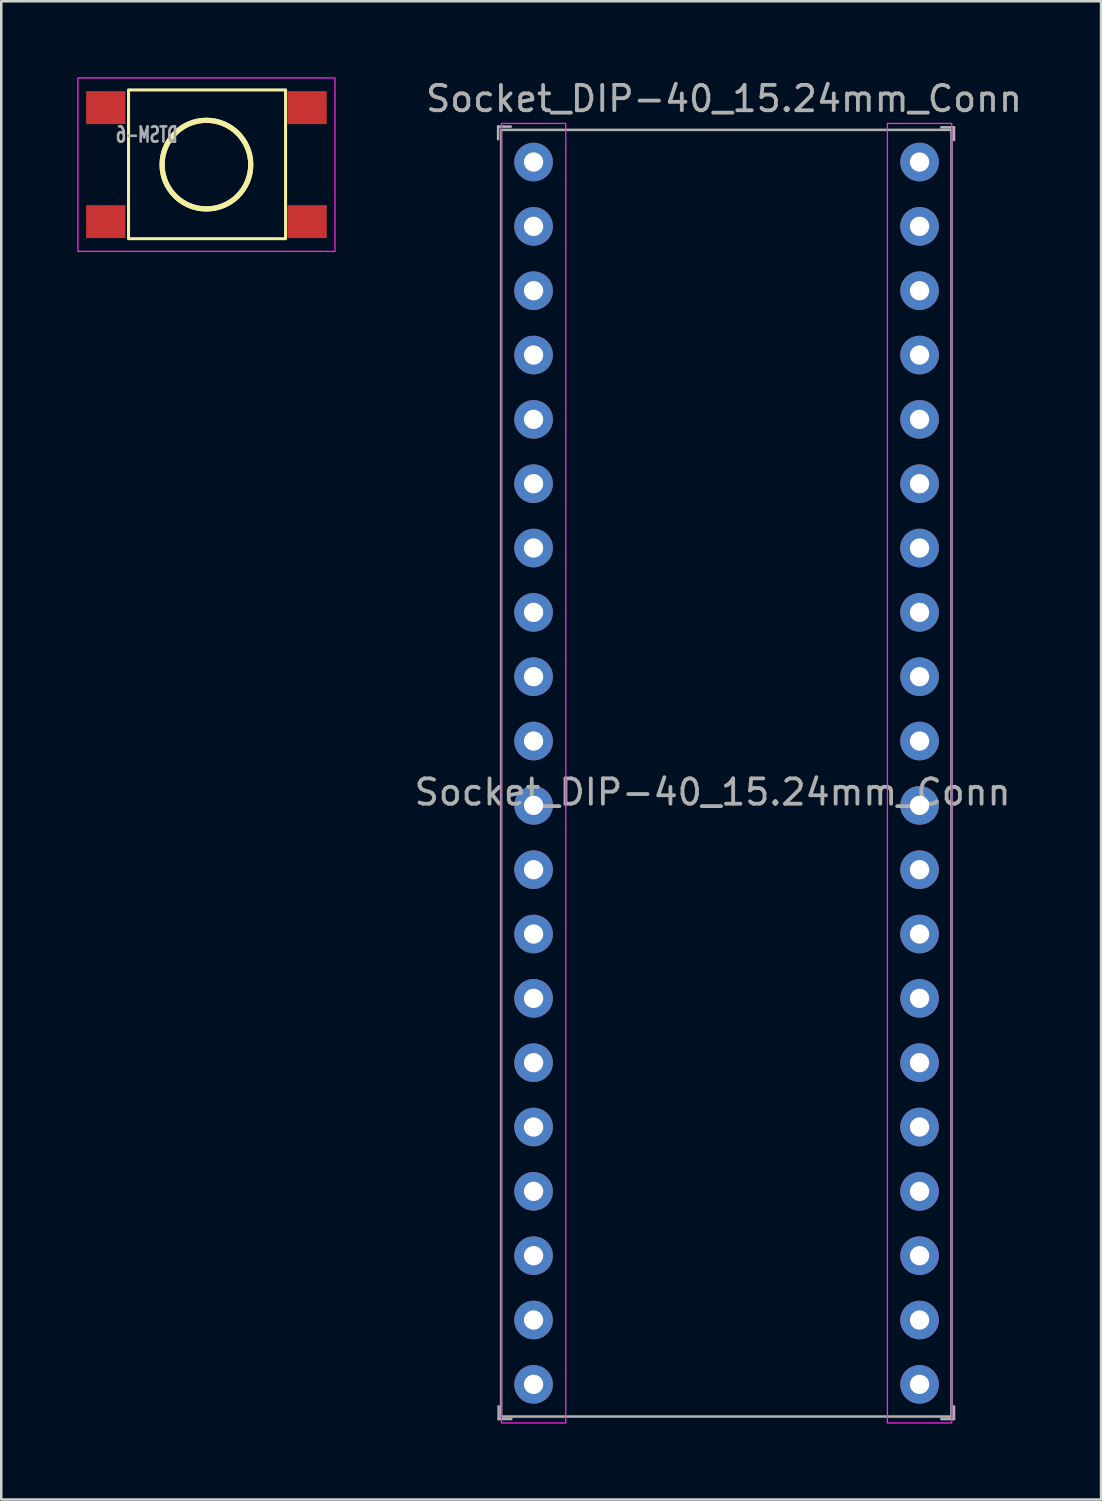
<source format=kicad_pcb>
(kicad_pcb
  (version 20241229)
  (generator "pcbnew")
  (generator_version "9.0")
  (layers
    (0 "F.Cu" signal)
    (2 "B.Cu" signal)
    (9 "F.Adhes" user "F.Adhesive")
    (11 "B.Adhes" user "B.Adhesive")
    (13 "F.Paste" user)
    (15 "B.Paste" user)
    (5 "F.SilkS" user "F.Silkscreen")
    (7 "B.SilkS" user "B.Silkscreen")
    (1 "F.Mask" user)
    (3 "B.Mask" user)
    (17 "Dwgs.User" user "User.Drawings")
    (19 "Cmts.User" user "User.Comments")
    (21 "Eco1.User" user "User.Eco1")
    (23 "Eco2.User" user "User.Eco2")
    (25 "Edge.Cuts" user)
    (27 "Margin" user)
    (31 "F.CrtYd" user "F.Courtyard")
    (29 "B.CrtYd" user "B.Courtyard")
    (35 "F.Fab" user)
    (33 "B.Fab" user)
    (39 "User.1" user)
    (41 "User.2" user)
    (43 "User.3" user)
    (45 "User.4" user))
  (footprint "Socket_DIP-40_15.24mm_Conn"
    (layer "F.Cu")
    (at 18.017 3.348)
    (property "Reference" "Socket_DIP-40_15.24mm_Conn" (at 7.52 -2.5 0) (layer "F.Fab") (effects (font (size 1 1) (thickness 0.15))))
    (attr through_hole)
    (fp_rect (start 1.27 -1.524) (end -1.27 49.784) (stroke (width 0.05) (type default)) (fill no) (layer "F.CrtYd"))
    (fp_rect (start 13.97 -1.524) (end 16.51 49.784) (stroke (width 0.05) (type default)) (fill no) (layer "F.CrtYd"))
    (fp_line (start -1.4 -1.4) (end -1.4 -0.9) (stroke (width 0.1) (type solid)) (layer "F.Fab"))
    (fp_line (start -1.4 -1.4) (end -0.9 -1.4) (stroke (width 0.1) (type solid)) (layer "F.Fab"))
    (fp_line (start -1.38 49.63) (end -1.38 49.13) (stroke (width 0.1) (type solid)) (layer "F.Fab"))
    (fp_line (start -1.38 49.63) (end -0.88 49.63) (stroke (width 0.1) (type solid)) (layer "F.Fab"))
    (fp_line (start -1.28 -1.27) (end -1.28 49.53) (stroke (width 0.1) (type solid)) (layer "F.Fab"))
    (fp_line (start -1.28 -1.27) (end 16.5 -1.27) (stroke (width 0.1) (type solid)) (layer "F.Fab"))
    (fp_line (start -1.28 49.53) (end 16.5 49.53) (stroke (width 0.1) (type solid)) (layer "F.Fab"))
    (fp_line (start 16.5 -1.27) (end 16.5 49.53) (stroke (width 0.1) (type solid)) (layer "F.Fab"))
    (fp_line (start 16.6 -1.37) (end 16.1 -1.37) (stroke (width 0.1) (type solid)) (layer "F.Fab"))
    (fp_line (start 16.6 -1.37) (end 16.6 -0.87) (stroke (width 0.1) (type solid)) (layer "F.Fab"))
    (fp_line (start 16.6 49.63) (end 16.1 49.63) (stroke (width 0.1) (type solid)) (layer "F.Fab"))
    (fp_line (start 16.6 49.63) (end 16.6 49.13) (stroke (width 0.1) (type solid)) (layer "F.Fab"))
    (fp_text user "${REFERENCE}" (at 7.07 24.88 0) (layer "F.Fab") (effects (font (size 1 1) (thickness 0.15))))
    (pad "1" thru_hole circle (at 0 0) (size 1.524 1.524) (drill 0.762) (layers "*.Cu" "*.Mask"))
    (pad "2" thru_hole circle (at 0 2.54) (size 1.524 1.524) (drill 0.762) (layers "*.Cu" "*.Mask"))
    (pad "3" thru_hole circle (at 0 5.08) (size 1.524 1.524) (drill 0.762) (layers "*.Cu" "*.Mask"))
    (pad "4" thru_hole circle (at 0 7.62) (size 1.524 1.524) (drill 0.762) (layers "*.Cu" "*.Mask"))
    (pad "5" thru_hole circle (at 0 10.16) (size 1.524 1.524) (drill 0.762) (layers "*.Cu" "*.Mask"))
    (pad "6" thru_hole circle (at 0 12.7) (size 1.524 1.524) (drill 0.762) (layers "*.Cu" "*.Mask"))
    (pad "7" thru_hole circle (at 0 15.24) (size 1.524 1.524) (drill 0.762) (layers "*.Cu" "*.Mask"))
    (pad "8" thru_hole circle (at 0 17.78) (size 1.524 1.524) (drill 0.762) (layers "*.Cu" "*.Mask"))
    (pad "9" thru_hole circle (at 0 20.32) (size 1.524 1.524) (drill 0.762) (layers "*.Cu" "*.Mask"))
    (pad "10" thru_hole circle (at 0 22.86) (size 1.524 1.524) (drill 0.762) (layers "*.Cu" "*.Mask"))
    (pad "11" thru_hole circle (at 0 25.4) (size 1.524 1.524) (drill 0.762) (layers "*.Cu" "*.Mask"))
    (pad "12" thru_hole circle (at 0 27.94) (size 1.524 1.524) (drill 0.762) (layers "*.Cu" "*.Mask"))
    (pad "13" thru_hole circle (at 0 30.48) (size 1.524 1.524) (drill 0.762) (layers "*.Cu" "*.Mask"))
    (pad "14" thru_hole circle (at 0 33.02) (size 1.524 1.524) (drill 0.762) (layers "*.Cu" "*.Mask"))
    (pad "15" thru_hole circle (at 0 35.56) (size 1.524 1.524) (drill 0.762) (layers "*.Cu" "*.Mask"))
    (pad "16" thru_hole circle (at 0 38.1) (size 1.524 1.524) (drill 0.762) (layers "*.Cu" "*.Mask"))
    (pad "17" thru_hole circle (at 0 40.64) (size 1.524 1.524) (drill 0.762) (layers "*.Cu" "*.Mask"))
    (pad "18" thru_hole circle (at 0 43.18) (size 1.524 1.524) (drill 0.762) (layers "*.Cu" "*.Mask"))
    (pad "19" thru_hole circle (at 0 45.72) (size 1.524 1.524) (drill 0.762) (layers "*.Cu" "*.Mask"))
    (pad "20" thru_hole circle (at 0 48.26) (size 1.524 1.524) (drill 0.762) (layers "*.Cu" "*.Mask"))
    (pad "21" thru_hole circle (at 15.24 48.26) (size 1.524 1.524) (drill 0.762) (layers "*.Cu" "*.Mask"))
    (pad "22" thru_hole circle (at 15.24 45.72) (size 1.524 1.524) (drill 0.762) (layers "*.Cu" "*.Mask"))
    (pad "23" thru_hole circle (at 15.24 43.18) (size 1.524 1.524) (drill 0.762) (layers "*.Cu" "*.Mask"))
    (pad "24" thru_hole circle (at 15.24 40.64) (size 1.524 1.524) (drill 0.762) (layers "*.Cu" "*.Mask"))
    (pad "25" thru_hole circle (at 15.24 38.1) (size 1.524 1.524) (drill 0.762) (layers "*.Cu" "*.Mask"))
    (pad "26" thru_hole circle (at 15.24 35.56) (size 1.524 1.524) (drill 0.762) (layers "*.Cu" "*.Mask"))
    (pad "27" thru_hole circle (at 15.24 33.02) (size 1.524 1.524) (drill 0.762) (layers "*.Cu" "*.Mask"))
    (pad "28" thru_hole circle (at 15.24 30.48) (size 1.524 1.524) (drill 0.762) (layers "*.Cu" "*.Mask"))
    (pad "29" thru_hole circle (at 15.24 27.94) (size 1.524 1.524) (drill 0.762) (layers "*.Cu" "*.Mask"))
    (pad "30" thru_hole circle (at 15.24 25.4) (size 1.524 1.524) (drill 0.762) (layers "*.Cu" "*.Mask"))
    (pad "31" thru_hole circle (at 15.24 22.86) (size 1.524 1.524) (drill 0.762) (layers "*.Cu" "*.Mask"))
    (pad "32" thru_hole circle (at 15.24 20.32) (size 1.524 1.524) (drill 0.762) (layers "*.Cu" "*.Mask"))
    (pad "33" thru_hole circle (at 15.24 17.78) (size 1.524 1.524) (drill 0.762) (layers "*.Cu" "*.Mask"))
    (pad "34" thru_hole circle (at 15.24 15.24) (size 1.524 1.524) (drill 0.762) (layers "*.Cu" "*.Mask"))
    (pad "35" thru_hole circle (at 15.24 12.7) (size 1.524 1.524) (drill 0.762) (layers "*.Cu" "*.Mask"))
    (pad "36" thru_hole circle (at 15.24 10.16) (size 1.524 1.524) (drill 0.762) (layers "*.Cu" "*.Mask"))
    (pad "37" thru_hole circle (at 15.24 7.62) (size 1.524 1.524) (drill 0.762) (layers "*.Cu" "*.Mask"))
    (pad "38" thru_hole circle (at 15.24 5.08) (size 1.524 1.524) (drill 0.762) (layers "*.Cu" "*.Mask"))
    (pad "39" thru_hole circle (at 15.24 2.54) (size 1.524 1.524) (drill 0.762) (layers "*.Cu" "*.Mask"))
    (pad "40" thru_hole circle (at 15.24 0) (size 1.524 1.524) (drill 0.762) (layers "*.Cu" "*.Mask")))
  (footprint "DTSM-6"
    (layer "F.Cu")
    (at 5.1 3.45)
    (property "Reference" "DTSM-6" (at -1.08 -0.83 0) (unlocked yes) (layer "F.Fab") (effects (font (size 0.6 0.4) (thickness 0.1)) (justify left bottom mirror)))
    (fp_rect (start -3.075 -2.95) (end 3.125 2.925) (stroke (width 0.12) (type default)) (fill no) (layer "F.SilkS"))
    (fp_circle (center 0 0) (end 0 1.75) (stroke (width 0.203) (type solid)) (fill no) (layer "F.SilkS"))
    (fp_circle (center 0 0) (end 0 1.75) (stroke (width 0.203) (type solid)) (fill no) (layer "F.SilkS"))
    (fp_rect (start -5.075 -3.425) (end 5.075 3.425) (stroke (width 0.05) (type default)) (fill no) (layer "F.CrtYd"))
    (pad "1" smd rect (at -3.975 -2.25 180) (size 1.55 1.3) (layers "F.Cu" "F.Mask" "F.Paste"))
    (pad "2" smd rect (at 3.975 -2.25 180) (size 1.55 1.3) (layers "F.Cu" "F.Mask" "F.Paste"))
    (pad "3" smd rect (at -3.975 2.25 180) (size 1.55 1.3) (layers "F.Cu" "F.Mask" "F.Paste"))
    (pad "4" smd rect (at 3.975 2.25 180) (size 1.55 1.3) (layers "F.Cu" "F.Mask" "F.Paste")))
  (gr_rect
    (start -3 -3)
    (end 40.424 56.157)
    (stroke (width 0.1) (type default))
    (fill no)
    (layer "Edge.Cuts")))
</source>
